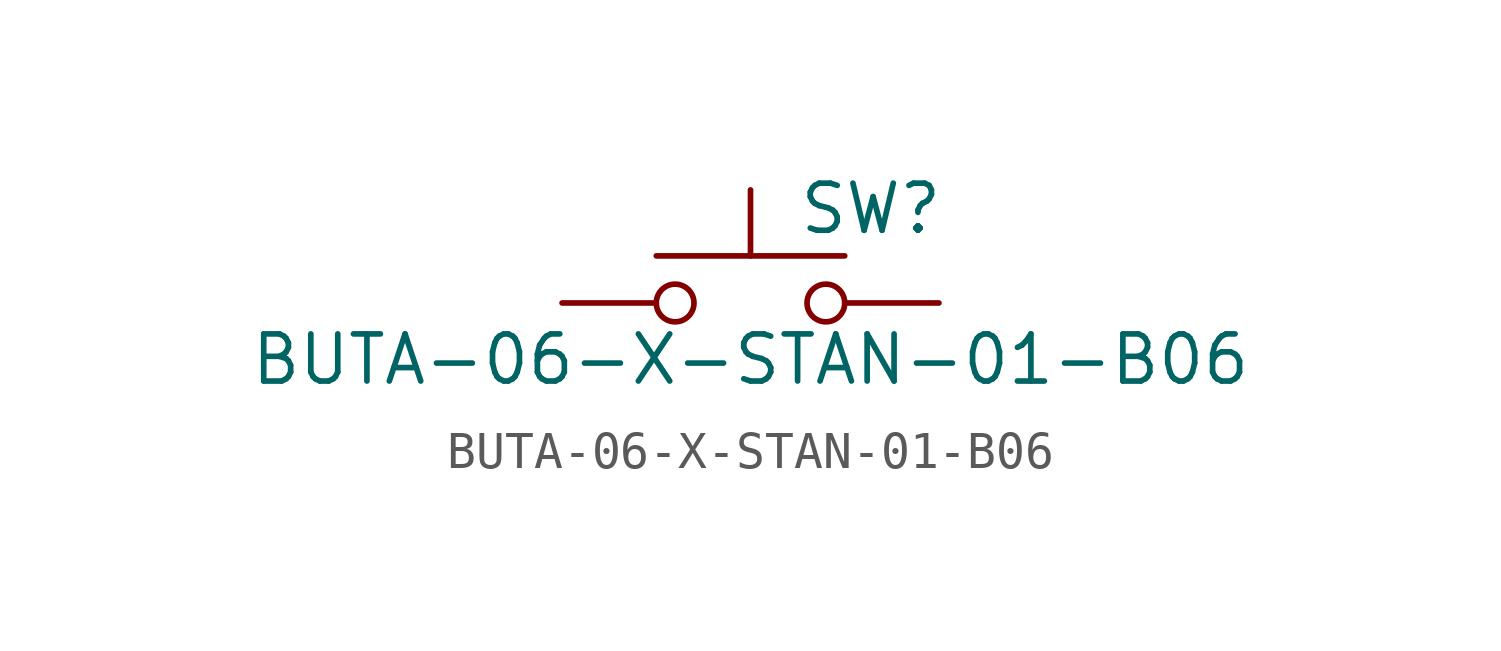
<source format=kicad_sym>
(kicad_symbol_lib
  (version 20211014)
  (generator kicad_symbol_editor)
  (symbol "BUTA-06-X-STAN-01-B06"
    (pin_numbers hide)
    (pin_names
      (offset 1.016) hide)
    (property "Reference" "SW"
      (at 1.27 2.54 0)
      (effects (font (size 1.27 1.27)) (justify left)))
    (property "Value" "BUTA-06-X-STAN-01-B06"
      (at 0 -1.524 0)
      (effects (font (size 1.27 1.27))))
    (symbol "BUTA-06-X-STAN-01-B06_0_1"
      (circle (center -2.032 0) (radius 0.508) (stroke (width 0) (type default) (color 0 0 0 0)) (fill (type none)))
      (polyline (pts (xy 0 1.27) (xy 0 3.048)) (stroke (width 0) (type default) (color 0 0 0 0)) (fill (type none)))
      (polyline (pts (xy 2.54 1.27) (xy -2.54 1.27)) (stroke (width 0) (type default) (color 0 0 0 0)) (fill (type none)))
      (circle (center 2.032 0) (radius 0.508) (stroke (width 0) (type default) (color 0 0 0 0)) (fill (type none)))
      (pin passive line (at -5.08 0 0) (length 2.54) (name "1" (effects (font (size 1.27 1.27)))) (number "1" (effects (font (size 1.27 1.27)))))
      (pin passive line (at 5.08 0 180) (length 2.54) (name "2" (effects (font (size 1.27 1.27)))) (number "2" (effects (font (size 1.27 1.27))))))))
</source>
